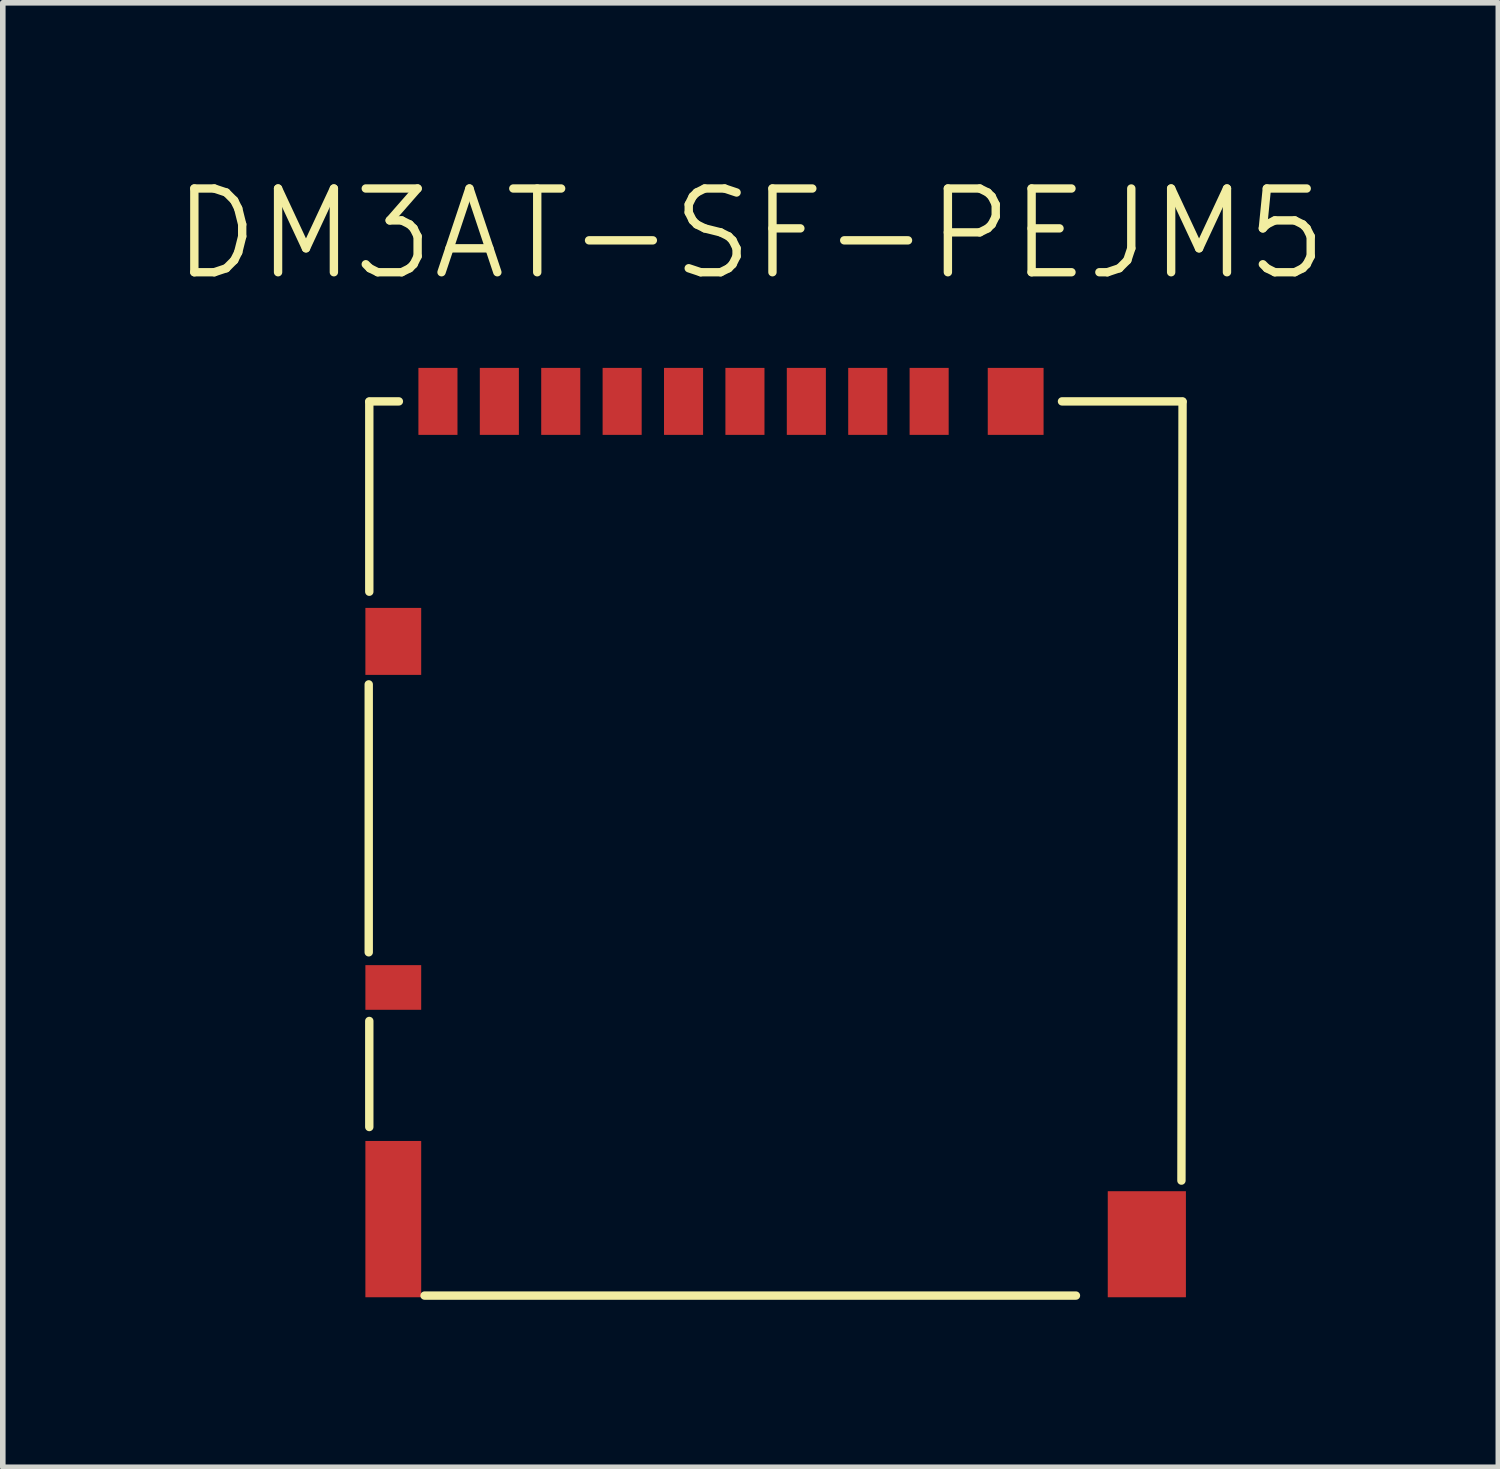
<source format=kicad_pcb>
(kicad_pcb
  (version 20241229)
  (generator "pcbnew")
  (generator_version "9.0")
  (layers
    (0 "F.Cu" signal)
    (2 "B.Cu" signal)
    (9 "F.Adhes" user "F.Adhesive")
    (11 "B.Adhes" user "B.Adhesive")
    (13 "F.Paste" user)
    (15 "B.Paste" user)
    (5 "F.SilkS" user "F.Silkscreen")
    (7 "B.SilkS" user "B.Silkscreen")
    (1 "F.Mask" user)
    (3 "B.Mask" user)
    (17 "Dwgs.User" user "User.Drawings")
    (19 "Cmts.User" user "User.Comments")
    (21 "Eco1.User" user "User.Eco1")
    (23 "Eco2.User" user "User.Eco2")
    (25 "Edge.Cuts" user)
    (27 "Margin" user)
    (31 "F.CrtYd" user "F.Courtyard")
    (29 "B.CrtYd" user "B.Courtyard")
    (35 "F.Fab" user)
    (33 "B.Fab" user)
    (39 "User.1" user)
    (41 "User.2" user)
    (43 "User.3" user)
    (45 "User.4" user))
  (footprint "DM3AT-SF-PEJM5"
    (layer "F.Cu")
    (at 10.396 4.141)
    (property "Reference" "DM3AT-SF-PEJM5" (at 0 -3 0) (layer "F.SilkS") (effects (font (size 1.5 1.5) (thickness 0.15))))
    (attr through_hole)
    (fp_line (start -6.84 5.07) (end -6.84 9.87) (stroke (width 0.15) (type solid)) (layer "F.SilkS"))
    (fp_line (start -6.83 0) (end -6.3 0) (stroke (width 0.15) (type solid)) (layer "F.SilkS"))
    (fp_line (start -6.83 3.41) (end -6.83 0.01) (stroke (width 0.15) (type solid)) (layer "F.SilkS"))
    (fp_line (start -6.83 11.1) (end -6.83 13) (stroke (width 0.15) (type solid)) (layer "F.SilkS"))
    (fp_line (start -5.84 16.02) (end 5.83 16.02) (stroke (width 0.15) (type solid)) (layer "F.SilkS"))
    (fp_line (start 7.72 13.96) (end 7.74 0.01) (stroke (width 0.15) (type solid)) (layer "F.SilkS"))
    (fp_line (start 7.74 0) (end 5.58 0) (stroke (width 0.15) (type solid)) (layer "F.SilkS"))
    (pad "1" smd rect (at 3.2 0) (size 0.7 1.2) (layers "F.Cu" "F.Mask" "F.Paste"))
    (pad "2" smd rect (at 2.1 0) (size 0.7 1.2) (layers "F.Cu" "F.Mask" "F.Paste"))
    (pad "3" smd rect (at 1 0) (size 0.7 1.2) (layers "F.Cu" "F.Mask" "F.Paste"))
    (pad "4" smd rect (at -0.1 0) (size 0.7 1.2) (layers "F.Cu" "F.Mask" "F.Paste"))
    (pad "5" smd rect (at -1.2 0) (size 0.7 1.2) (layers "F.Cu" "F.Mask" "F.Paste"))
    (pad "6" smd rect (at -2.3 0) (size 0.7 1.2) (layers "F.Cu" "F.Mask" "F.Paste"))
    (pad "7" smd rect (at -3.4 0) (size 0.7 1.2) (layers "F.Cu" "F.Mask" "F.Paste"))
    (pad "8" smd rect (at -4.5 0) (size 0.7 1.2) (layers "F.Cu" "F.Mask" "F.Paste"))
    (pad "9" smd rect (at -5.6 0) (size 0.7 1.2) (layers "F.Cu" "F.Mask" "F.Paste"))
    (pad "10" smd rect (at -6.4 10.5) (size 1 0.8) (layers "F.Cu" "F.Mask" "F.Paste"))
    (pad "11" smd rect (at -6.4 4.3) (size 1 1.2) (layers "F.Cu" "F.Mask" "F.Paste"))
    (pad "11" smd rect (at -6.4 14.65) (size 1 2.8) (layers "F.Cu" "F.Mask" "F.Paste"))
    (pad "11" smd rect (at 4.75 0) (size 1 1.2) (layers "F.Cu" "F.Mask" "F.Paste"))
    (pad "11" smd rect (at 7.1 15.1) (size 1.4 1.9) (layers "F.Cu" "F.Mask" "F.Paste")))
  (gr_rect
    (start -3 -3)
    (end 23.793 23.236)
    (stroke (width 0.1) (type default))
    (fill no)
    (layer "Edge.Cuts")))
</source>
